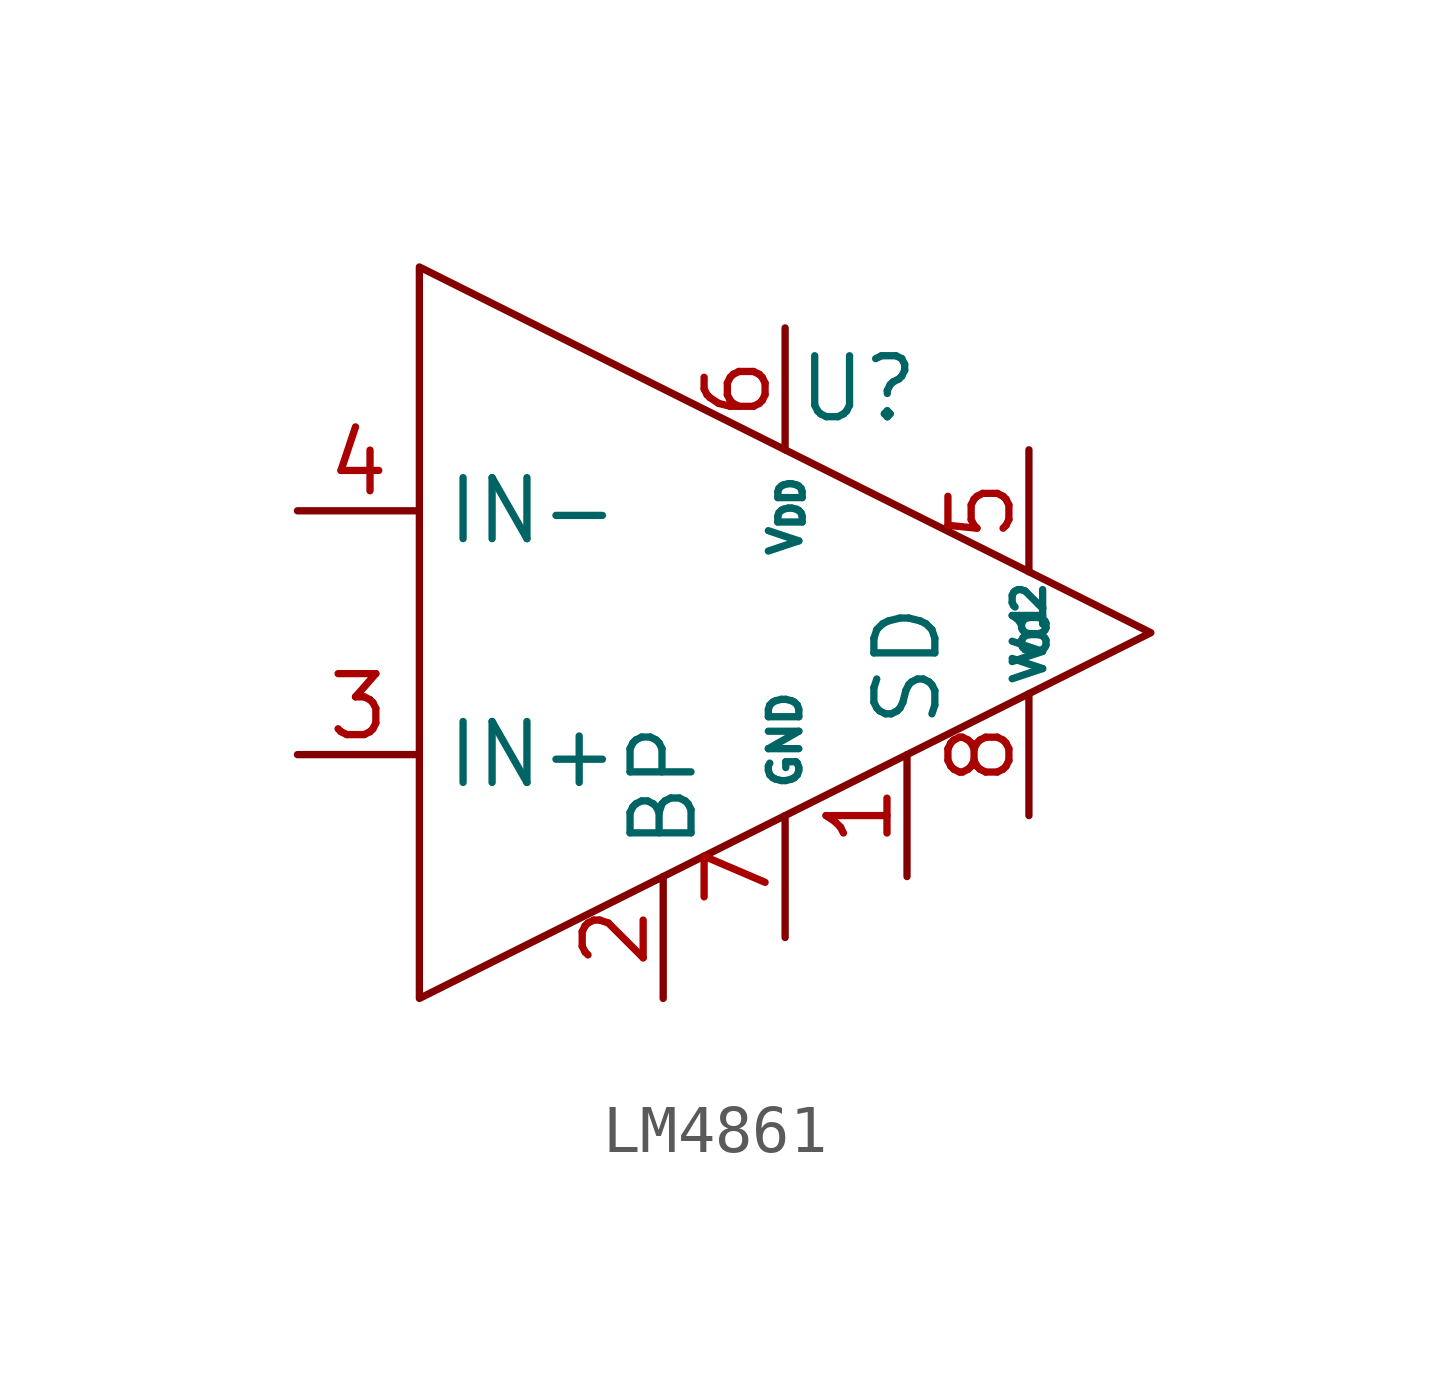
<source format=kicad_sym>
(kicad_symbol_lib
  (version 20241209)
  (generator "kicad_symbol_editor")
  (generator_version "9.0")
  (symbol "LM4861"
    (property "Reference" "U"
      (at 1.524 5.08 0)
      (effects (font (size 1.27 1.27))))
    (property "Value" ""
      (at 0 0 0)
      (effects (font (size 1.27 1.27))))
    (symbol "LM4861_0_1"
      (polyline (pts (xy -7.62 -7.62) (xy -7.62 7.62) (xy 7.62 0) (xy -7.62 -7.62)) (stroke (width 0) (type default)) (fill (type none))))
    (symbol "LM4861_1_1"
      (pin input line (at -10.16 2.54 0) (length 2.54) (name "IN-" (effects (font (size 1.27 1.27)))) (number "4" (effects (font (size 1.27 1.27)))))
      (pin input line (at -10.16 -2.54 0) (length 2.54) (name "IN+" (effects (font (size 1.27 1.27)))) (number "3" (effects (font (size 1.27 1.27)))))
      (pin input line (at -2.54 -7.62 90) (length 2.54) (name "BP" (effects (font (size 1.27 1.27)))) (number "2" (effects (font (size 1.27 1.27)))))
      (pin input line (at 0 6.35 270) (length 2.54) (name "V_{DD}" (effects (font (size 0.635 0.635)))) (number "6" (effects (font (size 1.27 1.27)))))
      (pin input line (at 0 -6.35 90) (length 2.54) (name "GND" (effects (font (size 0.635 0.635)))) (number "7" (effects (font (size 1.27 1.27)))))
      (pin input line (at 2.54 -5.08 90) (length 2.54) (name "SD" (effects (font (size 1.27 1.27)))) (number "1" (effects (font (size 1.27 1.27)))))
      (pin input line (at 5.08 3.81 270) (length 2.54) (name "V_{O}1" (effects (font (size 0.635 0.635)))) (number "5" (effects (font (size 1.27 1.27)))))
      (pin input line (at 5.08 -3.81 90) (length 2.54) (name "V_{O}2" (effects (font (size 0.635 0.635)))) (number "8" (effects (font (size 1.27 1.27))))))))
</source>
